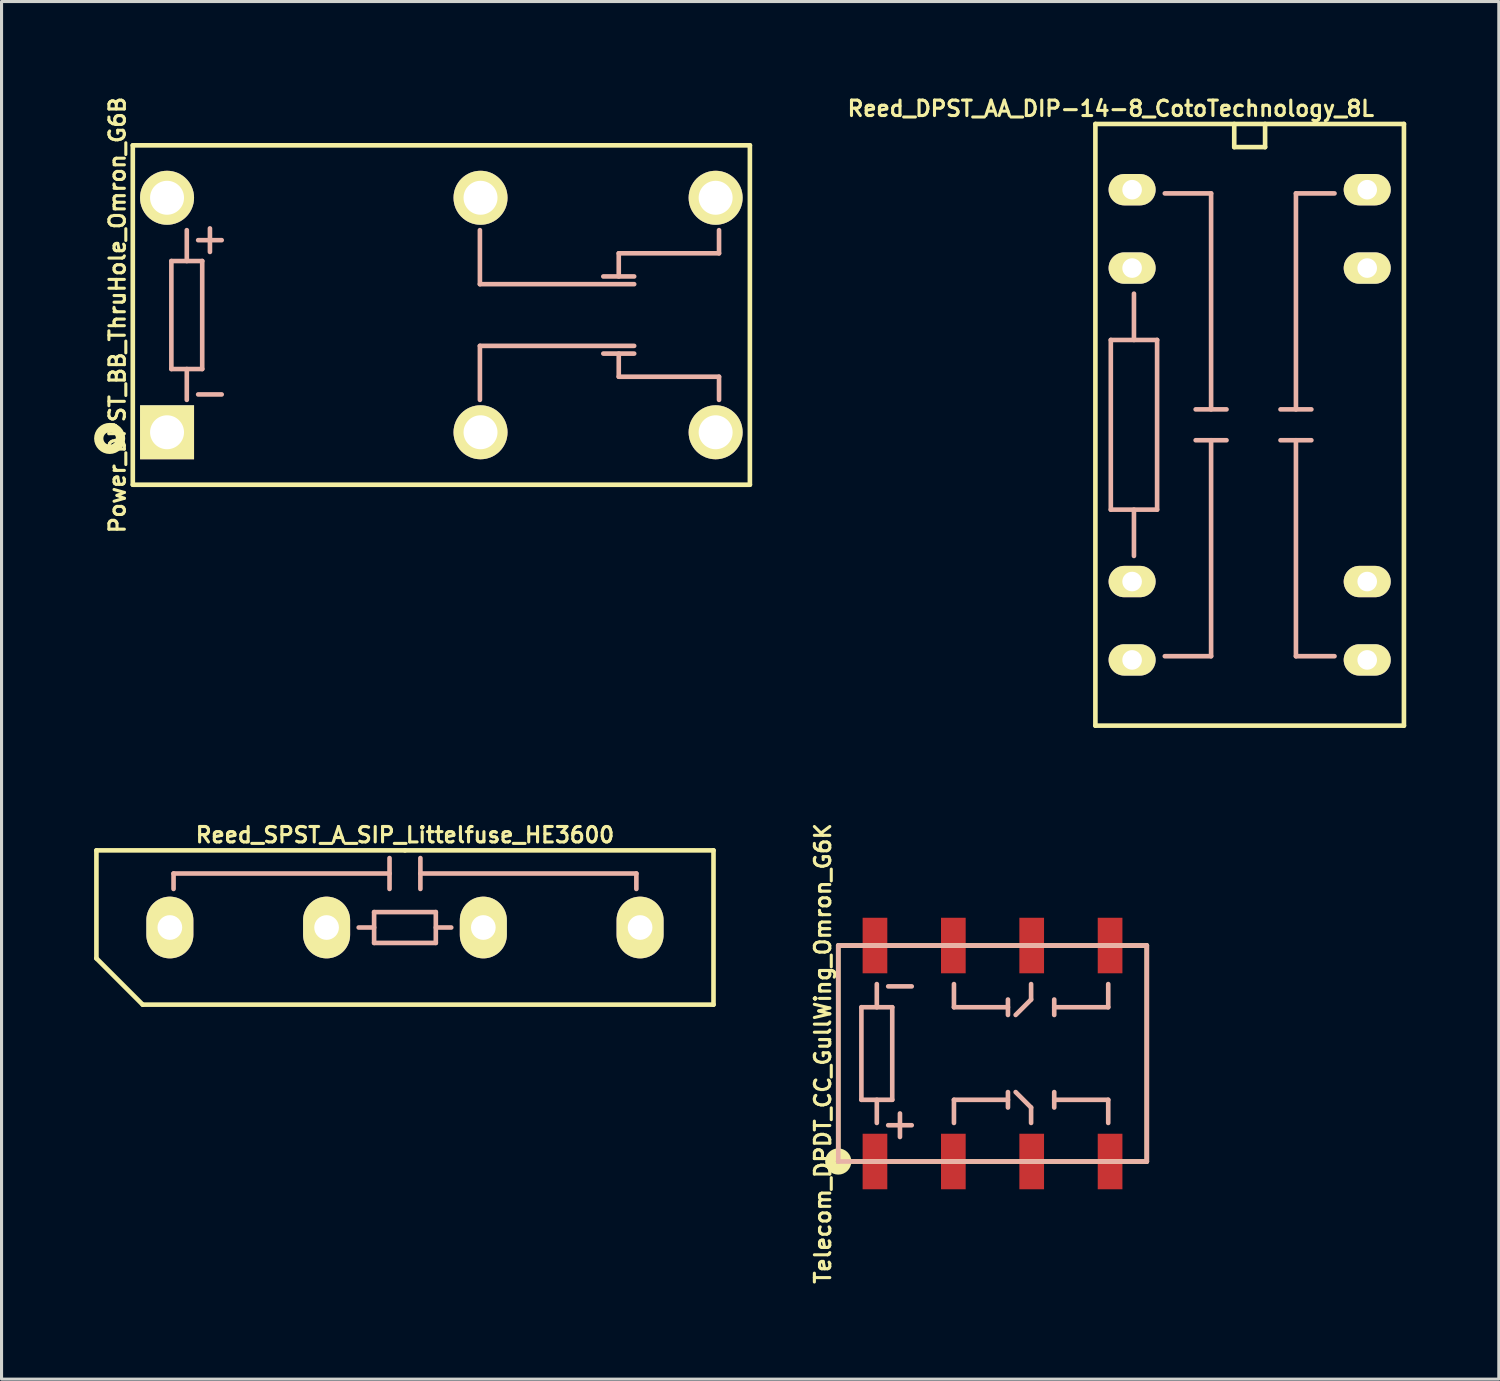
<source format=kicad_pcb>
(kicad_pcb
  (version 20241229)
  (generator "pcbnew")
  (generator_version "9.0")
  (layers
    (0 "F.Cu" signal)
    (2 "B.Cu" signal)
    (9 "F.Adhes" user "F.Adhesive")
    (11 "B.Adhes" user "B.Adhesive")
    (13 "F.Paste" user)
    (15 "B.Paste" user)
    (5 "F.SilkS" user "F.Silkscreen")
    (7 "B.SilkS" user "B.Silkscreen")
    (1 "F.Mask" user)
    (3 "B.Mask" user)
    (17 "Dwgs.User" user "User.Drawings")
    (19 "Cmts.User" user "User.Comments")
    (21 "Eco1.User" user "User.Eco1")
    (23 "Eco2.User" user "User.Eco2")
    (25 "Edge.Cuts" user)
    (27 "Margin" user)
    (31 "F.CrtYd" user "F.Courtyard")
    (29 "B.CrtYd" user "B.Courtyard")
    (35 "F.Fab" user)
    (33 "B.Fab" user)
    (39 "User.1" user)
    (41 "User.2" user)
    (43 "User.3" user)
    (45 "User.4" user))
  (footprint "Reed_DPST_AA_DIP-14-8_CotoTechnology_8L"
    (layer "F.Cu")
    (at 37.452 10.718)
    (property "Reference" "Reed_DPST_AA_DIP-14-8_CotoTechnology_8L" (at -4.5 -10.25 0) (layer "F.SilkS") (effects (font (size 0.5 0.5) (thickness 0.1))))
    (attr through_hole)
    (fp_line (start -5 -9.75) (end 5 -9.75) (stroke (width 0.15) (type solid)) (layer "F.SilkS"))
    (fp_line (start -5 9.75) (end -5 -9.75) (stroke (width 0.15) (type solid)) (layer "F.SilkS"))
    (fp_line (start -0.5 -9.75) (end -0.5 -9) (stroke (width 0.15) (type solid)) (layer "F.SilkS"))
    (fp_line (start -0.5 -9) (end 0.5 -9) (stroke (width 0.15) (type solid)) (layer "F.SilkS"))
    (fp_line (start 0.5 -9) (end 0.5 -9.75) (stroke (width 0.15) (type solid)) (layer "F.SilkS"))
    (fp_line (start 5 -9.75) (end 5 9.75) (stroke (width 0.15) (type solid)) (layer "F.SilkS"))
    (fp_line (start 5 9.75) (end -5 9.75) (stroke (width 0.15) (type solid)) (layer "F.SilkS"))
    (fp_line (start -4.5 -2.75) (end -4.5 2.75) (stroke (width 0.15) (type solid)) (layer "B.SilkS"))
    (fp_line (start -4.5 -2.75) (end -3 -2.75) (stroke (width 0.15) (type solid)) (layer "B.SilkS"))
    (fp_line (start -4.5 2.75) (end -3 2.75) (stroke (width 0.15) (type solid)) (layer "B.SilkS"))
    (fp_line (start -3.75 -4.25) (end -3.75 -2.75) (stroke (width 0.15) (type solid)) (layer "B.SilkS"))
    (fp_line (start -3.75 2.75) (end -3.75 4.25) (stroke (width 0.15) (type solid)) (layer "B.SilkS"))
    (fp_line (start -3 2.75) (end -3 -2.75) (stroke (width 0.15) (type solid)) (layer "B.SilkS"))
    (fp_line (start -2.75 -7.5) (end -1.25 -7.5) (stroke (width 0.15) (type solid)) (layer "B.SilkS"))
    (fp_line (start -1.25 -7.5) (end -1.25 -0.5) (stroke (width 0.15) (type solid)) (layer "B.SilkS"))
    (fp_line (start -1.25 0.5) (end -1.25 7.5) (stroke (width 0.15) (type solid)) (layer "B.SilkS"))
    (fp_line (start -1.25 7.5) (end -2.75 7.5) (stroke (width 0.15) (type solid)) (layer "B.SilkS"))
    (fp_line (start -0.75 -0.5) (end -1.75 -0.5) (stroke (width 0.15) (type solid)) (layer "B.SilkS"))
    (fp_line (start -0.75 0.5) (end -1.75 0.5) (stroke (width 0.15) (type solid)) (layer "B.SilkS"))
    (fp_line (start 1 -0.5) (end 2 -0.5) (stroke (width 0.15) (type solid)) (layer "B.SilkS"))
    (fp_line (start 1 0.5) (end 2 0.5) (stroke (width 0.15) (type solid)) (layer "B.SilkS"))
    (fp_line (start 1.5 -7.5) (end 1.5 -0.5) (stroke (width 0.15) (type solid)) (layer "B.SilkS"))
    (fp_line (start 1.5 0.5) (end 1.5 7.5) (stroke (width 0.15) (type solid)) (layer "B.SilkS"))
    (fp_line (start 1.5 7.5) (end 2.75 7.5) (stroke (width 0.15) (type solid)) (layer "B.SilkS"))
    (fp_line (start 2.75 -7.5) (end 1.5 -7.5) (stroke (width 0.15) (type solid)) (layer "B.SilkS"))
    (pad "1" thru_hole oval (at -3.81 -7.62) (size 1.524 1.016) (drill 0.635) (layers "*.Cu" "*.Mask" "F.SilkS"))
    (pad "2" thru_hole oval (at -3.81 -5.08) (size 1.524 1.016) (drill 0.635) (layers "*.Cu" "*.Mask" "F.SilkS"))
    (pad "6" thru_hole oval (at -3.81 5.08) (size 1.524 1.016) (drill 0.635) (layers "*.Cu" "*.Mask" "F.SilkS"))
    (pad "7" thru_hole oval (at -3.81 7.62) (size 1.524 1.016) (drill 0.635) (layers "*.Cu" "*.Mask" "F.SilkS"))
    (pad "8" thru_hole oval (at 3.81 7.62) (size 1.524 1.016) (drill 0.635) (layers "*.Cu" "*.Mask" "F.SilkS"))
    (pad "9" thru_hole oval (at 3.81 5.08) (size 1.524 1.016) (drill 0.635) (layers "*.Cu" "*.Mask" "F.SilkS"))
    (pad "13" thru_hole oval (at 3.81 -5.08) (size 1.524 1.016) (drill 0.635) (layers "*.Cu" "*.Mask" "F.SilkS"))
    (pad "14" thru_hole oval (at 3.81 -7.62) (size 1.524 1.016) (drill 0.635) (layers "*.Cu" "*.Mask" "F.SilkS")))
  (footprint "Reed_SPST_A_SIP_Littelfuse_HE3600"
    (layer "F.Cu")
    (at 10.075 27.011)
    (property "Reference" "Reed_SPST_A_SIP_Littelfuse_HE3600" (at 0 -3 0) (layer "F.SilkS") (effects (font (size 0.5 0.5) (thickness 0.1))))
    (attr through_hole)
    (fp_line (start -10 -2.5) (end 0 -2.5) (stroke (width 0.15) (type solid)) (layer "F.SilkS"))
    (fp_line (start -10 1) (end -10 -2.5) (stroke (width 0.15) (type solid)) (layer "F.SilkS"))
    (fp_line (start -10 1) (end -8.5 2.5) (stroke (width 0.15) (type solid)) (layer "F.SilkS"))
    (fp_line (start -8.5 2.5) (end 10 2.5) (stroke (width 0.15) (type solid)) (layer "F.SilkS"))
    (fp_line (start 0 -2.5) (end 10 -2.5) (stroke (width 0.15) (type solid)) (layer "F.SilkS"))
    (fp_line (start 10 -2.5) (end 10 2.5) (stroke (width 0.15) (type solid)) (layer "F.SilkS"))
    (fp_line (start -7.5 -1.75) (end -0.5 -1.75) (stroke (width 0.15) (type solid)) (layer "B.SilkS"))
    (fp_line (start -7.5 -1.25) (end -7.5 -1.75) (stroke (width 0.15) (type solid)) (layer "B.SilkS"))
    (fp_line (start -1.5 0) (end -1 0) (stroke (width 0.15) (type solid)) (layer "B.SilkS"))
    (fp_line (start -1 -0.5) (end 1 -0.5) (stroke (width 0.15) (type solid)) (layer "B.SilkS"))
    (fp_line (start -1 0.5) (end -1 -0.5) (stroke (width 0.15) (type solid)) (layer "B.SilkS"))
    (fp_line (start -0.5 -2.25) (end -0.5 -1.25) (stroke (width 0.15) (type solid)) (layer "B.SilkS"))
    (fp_line (start 0.5 -2.25) (end 0.5 -1.25) (stroke (width 0.15) (type solid)) (layer "B.SilkS"))
    (fp_line (start 0.5 -1.75) (end 7.5 -1.75) (stroke (width 0.15) (type solid)) (layer "B.SilkS"))
    (fp_line (start 1 -0.5) (end 1 0.5) (stroke (width 0.15) (type solid)) (layer "B.SilkS"))
    (fp_line (start 1 0) (end 1.5 0) (stroke (width 0.15) (type solid)) (layer "B.SilkS"))
    (fp_line (start 1 0.5) (end -1 0.5) (stroke (width 0.15) (type solid)) (layer "B.SilkS"))
    (fp_line (start 7.5 -1.75) (end 7.5 -1.25) (stroke (width 0.15) (type solid)) (layer "B.SilkS"))
    (pad "1" thru_hole oval (at -7.62 0) (size 1.524 2) (drill 0.8) (layers "*.Cu" "*.Mask" "F.SilkS"))
    (pad "2" thru_hole oval (at -2.54 0) (size 1.524 2) (drill 0.8) (layers "*.Cu" "*.Mask" "F.SilkS"))
    (pad "3" thru_hole oval (at 2.54 0) (size 1.524 2) (drill 0.8) (layers "*.Cu" "*.Mask" "F.SilkS"))
    (pad "4" thru_hole oval (at 7.62 0) (size 1.524 2) (drill 0.8) (layers "*.Cu" "*.Mask" "F.SilkS")))
  (footprint "Power_DPST_BB_ThruHole_Omron_G6B"
    (layer "F.Cu")
    (at 11.254 7.16)
    (property "Reference" "Power_DPST_BB_ThruHole_Omron_G6B" (at -10.5 0 90) (layer "F.SilkS") (effects (font (size 0.5 0.5) (thickness 0.1))))
    (attr through_hole)
    (fp_line (start -10 -5.5) (end -10 5.5) (stroke (width 0.15) (type solid)) (layer "F.SilkS"))
    (fp_line (start -10 5.5) (end 10 5.5) (stroke (width 0.15) (type solid)) (layer "F.SilkS"))
    (fp_line (start 10 -5.5) (end -10 -5.5) (stroke (width 0.15) (type solid)) (layer "F.SilkS"))
    (fp_line (start 10 5.5) (end 10 -5.5) (stroke (width 0.15) (type solid)) (layer "F.SilkS"))
    (fp_circle (center -10.75 4) (end -11 3.75) (stroke (width 0.3) (type solid)) (fill no) (layer "F.SilkS"))
    (fp_line (start -8.75 -1.75) (end -7.75 -1.75) (stroke (width 0.15) (type solid)) (layer "B.SilkS"))
    (fp_line (start -8.75 1.75) (end -8.75 -1.75) (stroke (width 0.15) (type solid)) (layer "B.SilkS"))
    (fp_line (start -8.25 -1.75) (end -8.25 -2.75) (stroke (width 0.15) (type solid)) (layer "B.SilkS"))
    (fp_line (start -8.25 1.75) (end -8.25 2.75) (stroke (width 0.15) (type solid)) (layer "B.SilkS"))
    (fp_line (start -7.75 -1.75) (end -7.75 1.75) (stroke (width 0.15) (type solid)) (layer "B.SilkS"))
    (fp_line (start -7.75 1.75) (end -8.75 1.75) (stroke (width 0.15) (type solid)) (layer "B.SilkS"))
    (fp_line (start 1.25 -2.75) (end 1.25 -1) (stroke (width 0.15) (type solid)) (layer "B.SilkS"))
    (fp_line (start 1.25 -1) (end 6.25 -1) (stroke (width 0.15) (type solid)) (layer "B.SilkS"))
    (fp_line (start 1.25 1) (end 1.25 2.75) (stroke (width 0.15) (type solid)) (layer "B.SilkS"))
    (fp_line (start 1.25 1) (end 6.25 1) (stroke (width 0.15) (type solid)) (layer "B.SilkS"))
    (fp_line (start 5.25 1.25) (end 6.25 1.25) (stroke (width 0.15) (type solid)) (layer "B.SilkS"))
    (fp_line (start 5.75 -2) (end 5.75 -1.25) (stroke (width 0.15) (type solid)) (layer "B.SilkS"))
    (fp_line (start 5.75 2) (end 5.75 1.25) (stroke (width 0.15) (type solid)) (layer "B.SilkS"))
    (fp_line (start 6.25 -1.25) (end 5.25 -1.25) (stroke (width 0.15) (type solid)) (layer "B.SilkS"))
    (fp_line (start 9 -2.75) (end 9 -2) (stroke (width 0.15) (type solid)) (layer "B.SilkS"))
    (fp_line (start 9 -2) (end 5.75 -2) (stroke (width 0.15) (type solid)) (layer "B.SilkS"))
    (fp_line (start 9 2) (end 5.75 2) (stroke (width 0.15) (type solid)) (layer "B.SilkS"))
    (fp_line (start 9 2.75) (end 9 2) (stroke (width 0.15) (type solid)) (layer "B.SilkS"))
    (fp_text user "-" (at -7.5 2.5 0) (layer "B.SilkS") (effects (font (size 1 1) (thickness 0.15)) (justify mirror)))
    (fp_text user "+" (at -7.5 -2.5 0) (layer "B.SilkS") (effects (font (size 1 1) (thickness 0.15)) (justify mirror)))
    (pad "1" thru_hole rect (at -8.89 3.8) (size 1.75 1.75) (drill 1.1) (layers "*.Cu" "*.Mask" "F.SilkS"))
    (pad "3" thru_hole circle (at 1.27 3.8) (size 1.75 1.75) (drill 1.1) (layers "*.Cu" "*.Mask" "F.SilkS"))
    (pad "4" thru_hole circle (at 8.89 3.8) (size 1.75 1.75) (drill 1.1) (layers "*.Cu" "*.Mask" "F.SilkS"))
    (pad "5" thru_hole circle (at 8.89 -3.8) (size 1.75 1.75) (drill 1.1) (layers "*.Cu" "*.Mask" "F.SilkS"))
    (pad "6" thru_hole circle (at 1.27 -3.8) (size 1.75 1.75) (drill 1.1) (layers "*.Cu" "*.Mask" "F.SilkS"))
    (pad "8" thru_hole circle (at -8.89 -3.8) (size 1.75 1.75) (drill 1.1) (layers "*.Cu" "*.Mask" "F.SilkS")))
  (footprint "Telecom_DPDT_CC_GullWing_Omron_G6K"
    (layer "F.Cu")
    (at 29.118 31.095)
    (property "Reference" "Telecom_DPDT_CC_GullWing_Omron_G6K" (at -5.5 0 90) (layer "F.SilkS") (effects (font (size 0.5 0.5) (thickness 0.1))))
    (attr through_hole)
    (fp_line (start -5 -3.5) (end -5 3.5) (stroke (width 0.15) (type solid)) (layer "F.SilkS"))
    (fp_line (start -5 3.5) (end 5 3.5) (stroke (width 0.15) (type solid)) (layer "F.SilkS"))
    (fp_line (start 5 -3.5) (end -5 -3.5) (stroke (width 0.15) (type solid)) (layer "F.SilkS"))
    (fp_line (start 5 3.5) (end 5 -3.5) (stroke (width 0.15) (type solid)) (layer "F.SilkS"))
    (fp_circle (center -5 3.5) (end -5.25 3.5) (stroke (width 0.35) (type solid)) (fill no) (layer "F.SilkS"))
    (fp_line (start -5 -3.5) (end 5 -3.5) (stroke (width 0.15) (type solid)) (layer "B.SilkS"))
    (fp_line (start -5 3.5) (end -5 -3.5) (stroke (width 0.15) (type solid)) (layer "B.SilkS"))
    (fp_line (start -4.25 -1.5) (end -3.25 -1.5) (stroke (width 0.15) (type solid)) (layer "B.SilkS"))
    (fp_line (start -4.25 1.5) (end -4.25 -1.5) (stroke (width 0.15) (type solid)) (layer "B.SilkS"))
    (fp_line (start -3.75 -2.25) (end -3.75 -1.5) (stroke (width 0.15) (type solid)) (layer "B.SilkS"))
    (fp_line (start -3.75 1.5) (end -3.75 2.25) (stroke (width 0.15) (type solid)) (layer "B.SilkS"))
    (fp_line (start -3.25 -1.5) (end -3.25 1.5) (stroke (width 0.15) (type solid)) (layer "B.SilkS"))
    (fp_line (start -3.25 1.5) (end -4.25 1.5) (stroke (width 0.15) (type solid)) (layer "B.SilkS"))
    (fp_line (start -1.25 -2.25) (end -1.25 -1.5) (stroke (width 0.15) (type solid)) (layer "B.SilkS"))
    (fp_line (start -1.25 -1.5) (end 0.5 -1.5) (stroke (width 0.15) (type solid)) (layer "B.SilkS"))
    (fp_line (start -1.25 1.5) (end 0.5 1.5) (stroke (width 0.15) (type solid)) (layer "B.SilkS"))
    (fp_line (start -1.25 2.25) (end -1.25 1.5) (stroke (width 0.15) (type solid)) (layer "B.SilkS"))
    (fp_line (start 0.5 -1.75) (end 0.5 -1.25) (stroke (width 0.15) (type solid)) (layer "B.SilkS"))
    (fp_line (start 0.5 1.25) (end 0.5 1.75) (stroke (width 0.15) (type solid)) (layer "B.SilkS"))
    (fp_line (start 1.25 -2.25) (end 1.25 -1.75) (stroke (width 0.15) (type solid)) (layer "B.SilkS"))
    (fp_line (start 1.25 -1.75) (end 0.75 -1.25) (stroke (width 0.15) (type solid)) (layer "B.SilkS"))
    (fp_line (start 1.25 1.75) (end 0.75 1.25) (stroke (width 0.15) (type solid)) (layer "B.SilkS"))
    (fp_line (start 1.25 2.25) (end 1.25 1.75) (stroke (width 0.15) (type solid)) (layer "B.SilkS"))
    (fp_line (start 2 -1.75) (end 2 -1.25) (stroke (width 0.15) (type solid)) (layer "B.SilkS"))
    (fp_line (start 2 -1.5) (end 3.75 -1.5) (stroke (width 0.15) (type solid)) (layer "B.SilkS"))
    (fp_line (start 2 1.25) (end 2 1.75) (stroke (width 0.15) (type solid)) (layer "B.SilkS"))
    (fp_line (start 2 1.5) (end 3.75 1.5) (stroke (width 0.15) (type solid)) (layer "B.SilkS"))
    (fp_line (start 3.75 -1.5) (end 3.75 -2.25) (stroke (width 0.15) (type solid)) (layer "B.SilkS"))
    (fp_line (start 3.75 1.5) (end 3.75 2.25) (stroke (width 0.15) (type solid)) (layer "B.SilkS"))
    (fp_line (start 5 -3.5) (end 5 3.5) (stroke (width 0.15) (type solid)) (layer "B.SilkS"))
    (fp_line (start 5 3.5) (end -5 3.5) (stroke (width 0.15) (type solid)) (layer "B.SilkS"))
    (fp_text user "+" (at -3 2.25 0) (layer "B.SilkS") (effects (font (size 1 1) (thickness 0.15)) (justify mirror)))
    (fp_text user "-" (at -3 -2.25 0) (layer "B.SilkS") (effects (font (size 1 1) (thickness 0.15)) (justify mirror)))
    (pad "1" smd rect (at -3.81 3.5) (size 0.8 1.8) (layers "F.Cu" "F.Mask" "F.Paste"))
    (pad "2" smd rect (at -1.27 3.5) (size 0.8 1.8) (layers "F.Cu" "F.Mask" "F.Paste"))
    (pad "3" smd rect (at 1.27 3.5) (size 0.8 1.8) (layers "F.Cu" "F.Mask" "F.Paste"))
    (pad "4" smd rect (at 3.81 3.5) (size 0.8 1.8) (layers "F.Cu" "F.Mask" "F.Paste"))
    (pad "5" smd rect (at 3.81 -3.5) (size 0.8 1.8) (layers "F.Cu" "F.Mask" "F.Paste"))
    (pad "6" smd rect (at 1.27 -3.5) (size 0.8 1.8) (layers "F.Cu" "F.Mask" "F.Paste"))
    (pad "7" smd rect (at -1.27 -3.5) (size 0.8 1.8) (layers "F.Cu" "F.Mask" "F.Paste"))
    (pad "8" smd rect (at -3.81 -3.5) (size 0.8 1.8) (layers "F.Cu" "F.Mask" "F.Paste")))
  (gr_rect
    (start -3 -3)
    (end 45.527 41.648)
    (stroke (width 0.1) (type default))
    (fill no)
    (layer "Edge.Cuts")))
</source>
